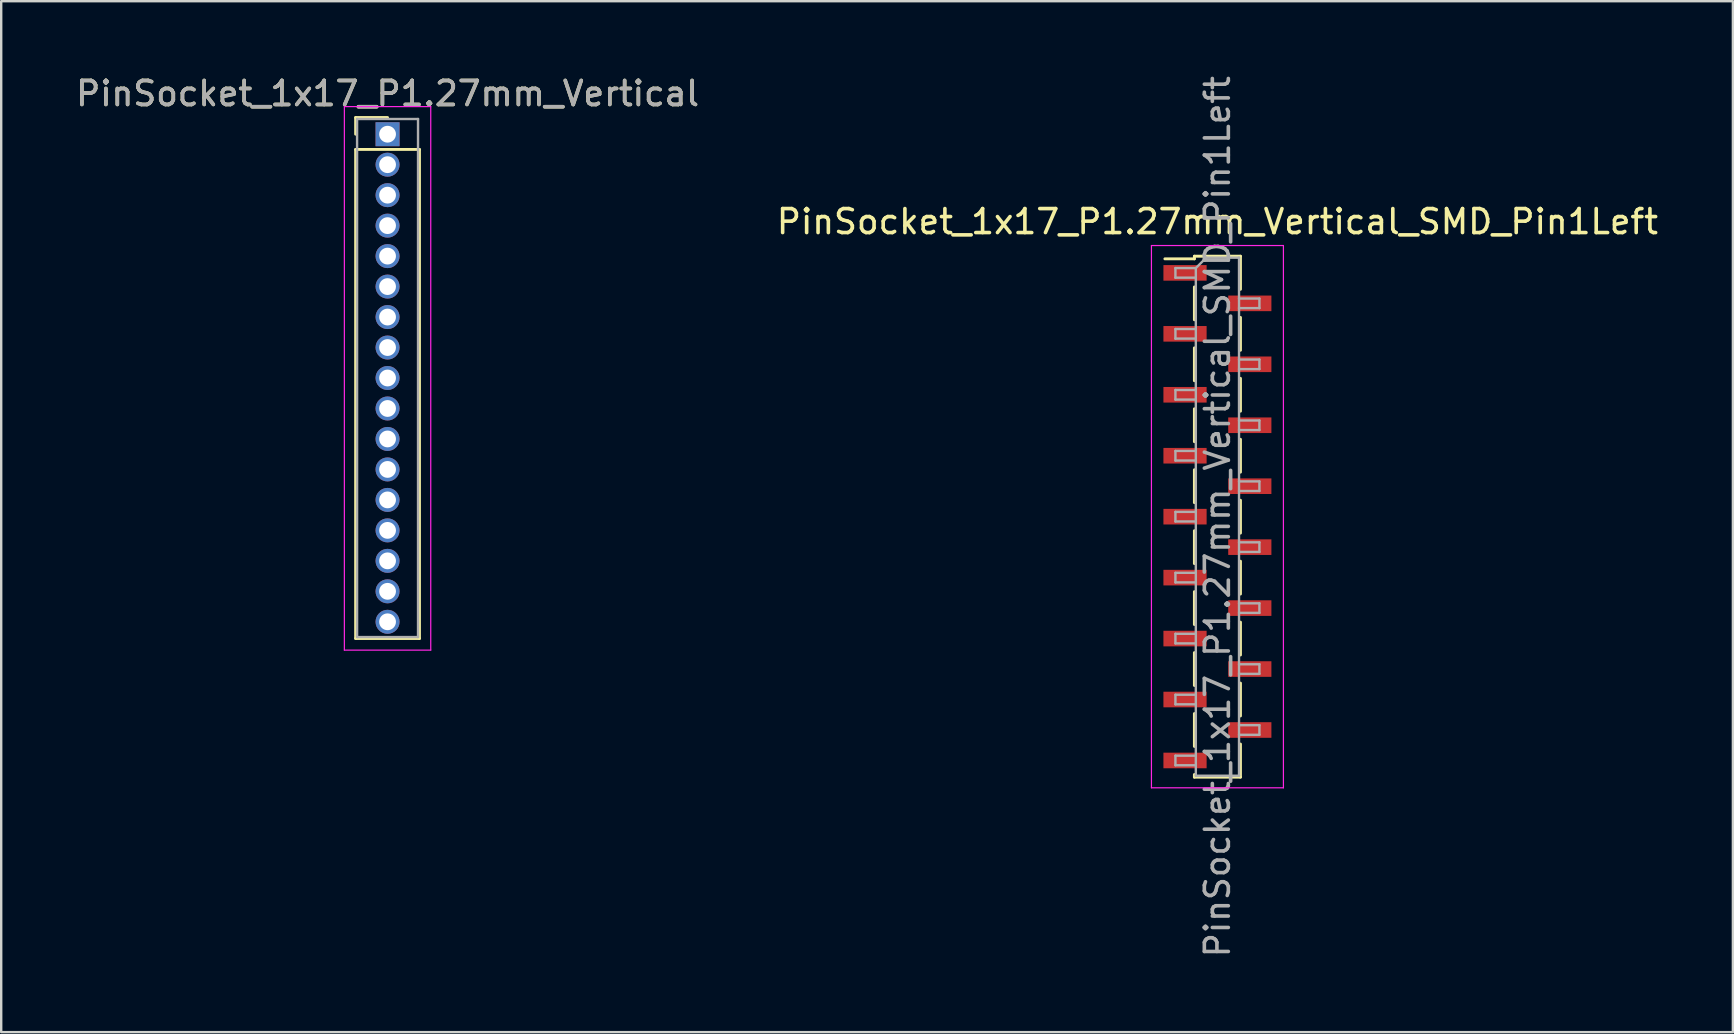
<source format=kicad_pcb>
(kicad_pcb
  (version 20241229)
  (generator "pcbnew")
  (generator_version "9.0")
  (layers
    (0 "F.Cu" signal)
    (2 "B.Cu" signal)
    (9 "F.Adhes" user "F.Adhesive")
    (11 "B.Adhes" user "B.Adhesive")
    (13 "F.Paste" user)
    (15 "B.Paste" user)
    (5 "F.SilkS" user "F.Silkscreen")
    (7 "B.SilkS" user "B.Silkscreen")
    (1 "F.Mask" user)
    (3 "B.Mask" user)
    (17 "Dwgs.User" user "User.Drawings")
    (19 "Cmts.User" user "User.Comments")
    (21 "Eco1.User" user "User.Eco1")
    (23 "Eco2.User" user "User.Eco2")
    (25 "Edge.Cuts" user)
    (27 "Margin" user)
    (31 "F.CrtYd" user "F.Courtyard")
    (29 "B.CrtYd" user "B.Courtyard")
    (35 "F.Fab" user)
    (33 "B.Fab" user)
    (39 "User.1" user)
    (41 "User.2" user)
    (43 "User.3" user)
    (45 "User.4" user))
  (footprint "PinSocket_1x17_P1.27mm_Vertical"
    (layer "F.Cu")
    (at 13.101 2.543)
    (property "Reference" "PinSocket_1x17_P1.27mm_Vertical" (at 0 -1.695 0) (layer "F.SilkS") (effects (font (size 1 1) (thickness 0.15))))
    (attr through_hole)
    (fp_line (start -1.33 -0.695) (end 0 -0.695) (stroke (width 0.12) (type solid)) (layer "F.SilkS"))
    (fp_line (start -1.33 0) (end -1.33 -0.695) (stroke (width 0.12) (type solid)) (layer "F.SilkS"))
    (fp_line (start -1.33 0.635) (end -1.33 21.015) (stroke (width 0.12) (type solid)) (layer "F.SilkS"))
    (fp_line (start -1.33 21.015) (end 1.33 21.015) (stroke (width 0.12) (type solid)) (layer "F.SilkS"))
    (fp_line (start 1.33 0.635) (end -1.33 0.635) (stroke (width 0.12) (type solid)) (layer "F.SilkS"))
    (fp_line (start 1.33 21.015) (end 1.33 0.635) (stroke (width 0.12) (type solid)) (layer "F.SilkS"))
    (fp_line (start -1.8 -1.15) (end -1.8 21.5) (stroke (width 0.05) (type solid)) (layer "F.CrtYd"))
    (fp_line (start -1.8 21.5) (end 1.8 21.5) (stroke (width 0.05) (type solid)) (layer "F.CrtYd"))
    (fp_line (start 1.8 -1.15) (end -1.8 -1.15) (stroke (width 0.05) (type solid)) (layer "F.CrtYd"))
    (fp_line (start 1.8 21.5) (end 1.8 -1.15) (stroke (width 0.05) (type solid)) (layer "F.CrtYd"))
    (fp_line (start -1.27 -0.635) (end -1.27 20.955) (stroke (width 0.1) (type solid)) (layer "F.Fab"))
    (fp_line (start -1.27 20.955) (end 1.27 20.955) (stroke (width 0.1) (type solid)) (layer "F.Fab"))
    (fp_line (start 1.27 -0.635) (end -1.27 -0.635) (stroke (width 0.1) (type solid)) (layer "F.Fab"))
    (fp_line (start 1.27 20.955) (end 1.27 -0.635) (stroke (width 0.1) (type solid)) (layer "F.Fab"))
    (fp_text user "${REFERENCE}" (at 0 -1.695 0) (layer "F.Fab") (effects (font (size 1 1) (thickness 0.15))))
    (pad "1" thru_hole rect (at 0 0) (size 1 1) (drill 0.7) (layers "*.Cu" "*.Mask"))
    (pad "2" thru_hole oval (at 0 1.27) (size 1 1) (drill 0.7) (layers "*.Cu" "*.Mask"))
    (pad "3" thru_hole oval (at 0 2.54) (size 1 1) (drill 0.7) (layers "*.Cu" "*.Mask"))
    (pad "4" thru_hole oval (at 0 3.81) (size 1 1) (drill 0.7) (layers "*.Cu" "*.Mask"))
    (pad "5" thru_hole oval (at 0 5.08) (size 1 1) (drill 0.7) (layers "*.Cu" "*.Mask"))
    (pad "6" thru_hole oval (at 0 6.35) (size 1 1) (drill 0.7) (layers "*.Cu" "*.Mask"))
    (pad "7" thru_hole oval (at 0 7.62) (size 1 1) (drill 0.7) (layers "*.Cu" "*.Mask"))
    (pad "8" thru_hole oval (at 0 8.89) (size 1 1) (drill 0.7) (layers "*.Cu" "*.Mask"))
    (pad "9" thru_hole oval (at 0 10.16) (size 1 1) (drill 0.7) (layers "*.Cu" "*.Mask"))
    (pad "10" thru_hole oval (at 0 11.43) (size 1 1) (drill 0.7) (layers "*.Cu" "*.Mask"))
    (pad "11" thru_hole oval (at 0 12.7) (size 1 1) (drill 0.7) (layers "*.Cu" "*.Mask"))
    (pad "12" thru_hole oval (at 0 13.97) (size 1 1) (drill 0.7) (layers "*.Cu" "*.Mask"))
    (pad "13" thru_hole oval (at 0 15.24) (size 1 1) (drill 0.7) (layers "*.Cu" "*.Mask"))
    (pad "14" thru_hole oval (at 0 16.51) (size 1 1) (drill 0.7) (layers "*.Cu" "*.Mask"))
    (pad "15" thru_hole oval (at 0 17.78) (size 1 1) (drill 0.7) (layers "*.Cu" "*.Mask"))
    (pad "16" thru_hole oval (at 0 19.05) (size 1 1) (drill 0.7) (layers "*.Cu" "*.Mask"))
    (pad "17" thru_hole oval (at 0 20.32) (size 1 1) (drill 0.7) (layers "*.Cu" "*.Mask")))
  (footprint "PinSocket_1x17_P1.27mm_Vertical_SMD_Pin1Left"
    (layer "F.Cu")
    (at 47.685 18.482)
    (property "Reference" "PinSocket_1x17_P1.27mm_Vertical_SMD_Pin1Left" (at 0 -12.295 0) (layer "F.SilkS") (effects (font (size 1 1) (thickness 0.15))))
    (attr smd)
    (fp_line (start -2.19 -10.745) (end -0.96 -10.745) (stroke (width 0.12) (type solid)) (layer "F.SilkS"))
    (fp_line (start -0.96 -10.855) (end -0.96 -10.745) (stroke (width 0.12) (type solid)) (layer "F.SilkS"))
    (fp_line (start -0.96 -10.855) (end 0.96 -10.855) (stroke (width 0.12) (type solid)) (layer "F.SilkS"))
    (fp_line (start -0.96 -9.575) (end -0.96 -8.205) (stroke (width 0.12) (type solid)) (layer "F.SilkS"))
    (fp_line (start -0.96 -7.035) (end -0.96 -5.665) (stroke (width 0.12) (type solid)) (layer "F.SilkS"))
    (fp_line (start -0.96 -4.495) (end -0.96 -3.125) (stroke (width 0.12) (type solid)) (layer "F.SilkS"))
    (fp_line (start -0.96 -1.955) (end -0.96 -0.585) (stroke (width 0.12) (type solid)) (layer "F.SilkS"))
    (fp_line (start -0.96 0.585) (end -0.96 1.955) (stroke (width 0.12) (type solid)) (layer "F.SilkS"))
    (fp_line (start -0.96 3.125) (end -0.96 4.495) (stroke (width 0.12) (type solid)) (layer "F.SilkS"))
    (fp_line (start -0.96 5.665) (end -0.96 7.035) (stroke (width 0.12) (type solid)) (layer "F.SilkS"))
    (fp_line (start -0.96 8.205) (end -0.96 9.575) (stroke (width 0.12) (type solid)) (layer "F.SilkS"))
    (fp_line (start -0.96 10.745) (end -0.96 10.855) (stroke (width 0.12) (type solid)) (layer "F.SilkS"))
    (fp_line (start -0.96 10.855) (end 0.96 10.855) (stroke (width 0.12) (type solid)) (layer "F.SilkS"))
    (fp_line (start 0.96 -10.855) (end 0.96 -9.475) (stroke (width 0.12) (type solid)) (layer "F.SilkS"))
    (fp_line (start 0.96 -8.305) (end 0.96 -6.935) (stroke (width 0.12) (type solid)) (layer "F.SilkS"))
    (fp_line (start 0.96 -5.765) (end 0.96 -4.395) (stroke (width 0.12) (type solid)) (layer "F.SilkS"))
    (fp_line (start 0.96 -3.225) (end 0.96 -1.855) (stroke (width 0.12) (type solid)) (layer "F.SilkS"))
    (fp_line (start 0.96 -0.685) (end 0.96 0.685) (stroke (width 0.12) (type solid)) (layer "F.SilkS"))
    (fp_line (start 0.96 1.855) (end 0.96 3.225) (stroke (width 0.12) (type solid)) (layer "F.SilkS"))
    (fp_line (start 0.96 4.395) (end 0.96 5.765) (stroke (width 0.12) (type solid)) (layer "F.SilkS"))
    (fp_line (start 0.96 6.935) (end 0.96 8.305) (stroke (width 0.12) (type solid)) (layer "F.SilkS"))
    (fp_line (start 0.96 9.475) (end 0.96 10.855) (stroke (width 0.12) (type solid)) (layer "F.SilkS"))
    (fp_line (start -2.75 -11.3) (end 2.75 -11.3) (stroke (width 0.05) (type solid)) (layer "F.CrtYd"))
    (fp_line (start -2.75 11.3) (end -2.75 -11.3) (stroke (width 0.05) (type solid)) (layer "F.CrtYd"))
    (fp_line (start 2.75 -11.3) (end 2.75 11.3) (stroke (width 0.05) (type solid)) (layer "F.CrtYd"))
    (fp_line (start 2.75 11.3) (end -2.75 11.3) (stroke (width 0.05) (type solid)) (layer "F.CrtYd"))
    (fp_line (start -1.75 -10.36) (end -0.9 -10.36) (stroke (width 0.1) (type solid)) (layer "F.Fab"))
    (fp_line (start -1.75 -9.96) (end -1.75 -10.36) (stroke (width 0.1) (type solid)) (layer "F.Fab"))
    (fp_line (start -1.75 -7.82) (end -0.9 -7.82) (stroke (width 0.1) (type solid)) (layer "F.Fab"))
    (fp_line (start -1.75 -7.42) (end -1.75 -7.82) (stroke (width 0.1) (type solid)) (layer "F.Fab"))
    (fp_line (start -1.75 -5.28) (end -0.9 -5.28) (stroke (width 0.1) (type solid)) (layer "F.Fab"))
    (fp_line (start -1.75 -4.88) (end -1.75 -5.28) (stroke (width 0.1) (type solid)) (layer "F.Fab"))
    (fp_line (start -1.75 -2.74) (end -0.9 -2.74) (stroke (width 0.1) (type solid)) (layer "F.Fab"))
    (fp_line (start -1.75 -2.34) (end -1.75 -2.74) (stroke (width 0.1) (type solid)) (layer "F.Fab"))
    (fp_line (start -1.75 -0.2) (end -0.9 -0.2) (stroke (width 0.1) (type solid)) (layer "F.Fab"))
    (fp_line (start -1.75 0.2) (end -1.75 -0.2) (stroke (width 0.1) (type solid)) (layer "F.Fab"))
    (fp_line (start -1.75 2.34) (end -0.9 2.34) (stroke (width 0.1) (type solid)) (layer "F.Fab"))
    (fp_line (start -1.75 2.74) (end -1.75 2.34) (stroke (width 0.1) (type solid)) (layer "F.Fab"))
    (fp_line (start -1.75 4.88) (end -0.9 4.88) (stroke (width 0.1) (type solid)) (layer "F.Fab"))
    (fp_line (start -1.75 5.28) (end -1.75 4.88) (stroke (width 0.1) (type solid)) (layer "F.Fab"))
    (fp_line (start -1.75 7.42) (end -0.9 7.42) (stroke (width 0.1) (type solid)) (layer "F.Fab"))
    (fp_line (start -1.75 7.82) (end -1.75 7.42) (stroke (width 0.1) (type solid)) (layer "F.Fab"))
    (fp_line (start -1.75 9.96) (end -0.9 9.96) (stroke (width 0.1) (type solid)) (layer "F.Fab"))
    (fp_line (start -1.75 10.36) (end -1.75 9.96) (stroke (width 0.1) (type solid)) (layer "F.Fab"))
    (fp_line (start -0.9 -10.36) (end -0.465 -10.795) (stroke (width 0.1) (type solid)) (layer "F.Fab"))
    (fp_line (start -0.9 -9.96) (end -1.75 -9.96) (stroke (width 0.1) (type solid)) (layer "F.Fab"))
    (fp_line (start -0.9 -7.42) (end -1.75 -7.42) (stroke (width 0.1) (type solid)) (layer "F.Fab"))
    (fp_line (start -0.9 -4.88) (end -1.75 -4.88) (stroke (width 0.1) (type solid)) (layer "F.Fab"))
    (fp_line (start -0.9 -2.34) (end -1.75 -2.34) (stroke (width 0.1) (type solid)) (layer "F.Fab"))
    (fp_line (start -0.9 0.2) (end -1.75 0.2) (stroke (width 0.1) (type solid)) (layer "F.Fab"))
    (fp_line (start -0.9 2.74) (end -1.75 2.74) (stroke (width 0.1) (type solid)) (layer "F.Fab"))
    (fp_line (start -0.9 5.28) (end -1.75 5.28) (stroke (width 0.1) (type solid)) (layer "F.Fab"))
    (fp_line (start -0.9 7.82) (end -1.75 7.82) (stroke (width 0.1) (type solid)) (layer "F.Fab"))
    (fp_line (start -0.9 10.36) (end -1.75 10.36) (stroke (width 0.1) (type solid)) (layer "F.Fab"))
    (fp_line (start -0.9 10.795) (end -0.9 -10.36) (stroke (width 0.1) (type solid)) (layer "F.Fab"))
    (fp_line (start -0.465 -10.795) (end 0.9 -10.795) (stroke (width 0.1) (type solid)) (layer "F.Fab"))
    (fp_line (start 0.9 -10.795) (end 0.9 10.795) (stroke (width 0.1) (type solid)) (layer "F.Fab"))
    (fp_line (start 0.9 -9.09) (end 1.75 -9.09) (stroke (width 0.1) (type solid)) (layer "F.Fab"))
    (fp_line (start 0.9 -6.55) (end 1.75 -6.55) (stroke (width 0.1) (type solid)) (layer "F.Fab"))
    (fp_line (start 0.9 -4.01) (end 1.75 -4.01) (stroke (width 0.1) (type solid)) (layer "F.Fab"))
    (fp_line (start 0.9 -1.47) (end 1.75 -1.47) (stroke (width 0.1) (type solid)) (layer "F.Fab"))
    (fp_line (start 0.9 1.07) (end 1.75 1.07) (stroke (width 0.1) (type solid)) (layer "F.Fab"))
    (fp_line (start 0.9 3.61) (end 1.75 3.61) (stroke (width 0.1) (type solid)) (layer "F.Fab"))
    (fp_line (start 0.9 6.15) (end 1.75 6.15) (stroke (width 0.1) (type solid)) (layer "F.Fab"))
    (fp_line (start 0.9 8.69) (end 1.75 8.69) (stroke (width 0.1) (type solid)) (layer "F.Fab"))
    (fp_line (start 0.9 10.795) (end -0.9 10.795) (stroke (width 0.1) (type solid)) (layer "F.Fab"))
    (fp_line (start 1.75 -9.09) (end 1.75 -8.69) (stroke (width 0.1) (type solid)) (layer "F.Fab"))
    (fp_line (start 1.75 -8.69) (end 0.9 -8.69) (stroke (width 0.1) (type solid)) (layer "F.Fab"))
    (fp_line (start 1.75 -6.55) (end 1.75 -6.15) (stroke (width 0.1) (type solid)) (layer "F.Fab"))
    (fp_line (start 1.75 -6.15) (end 0.9 -6.15) (stroke (width 0.1) (type solid)) (layer "F.Fab"))
    (fp_line (start 1.75 -4.01) (end 1.75 -3.61) (stroke (width 0.1) (type solid)) (layer "F.Fab"))
    (fp_line (start 1.75 -3.61) (end 0.9 -3.61) (stroke (width 0.1) (type solid)) (layer "F.Fab"))
    (fp_line (start 1.75 -1.47) (end 1.75 -1.07) (stroke (width 0.1) (type solid)) (layer "F.Fab"))
    (fp_line (start 1.75 -1.07) (end 0.9 -1.07) (stroke (width 0.1) (type solid)) (layer "F.Fab"))
    (fp_line (start 1.75 1.07) (end 1.75 1.47) (stroke (width 0.1) (type solid)) (layer "F.Fab"))
    (fp_line (start 1.75 1.47) (end 0.9 1.47) (stroke (width 0.1) (type solid)) (layer "F.Fab"))
    (fp_line (start 1.75 3.61) (end 1.75 4.01) (stroke (width 0.1) (type solid)) (layer "F.Fab"))
    (fp_line (start 1.75 4.01) (end 0.9 4.01) (stroke (width 0.1) (type solid)) (layer "F.Fab"))
    (fp_line (start 1.75 6.15) (end 1.75 6.55) (stroke (width 0.1) (type solid)) (layer "F.Fab"))
    (fp_line (start 1.75 6.55) (end 0.9 6.55) (stroke (width 0.1) (type solid)) (layer "F.Fab"))
    (fp_line (start 1.75 8.69) (end 1.75 9.09) (stroke (width 0.1) (type solid)) (layer "F.Fab"))
    (fp_line (start 1.75 9.09) (end 0.9 9.09) (stroke (width 0.1) (type solid)) (layer "F.Fab"))
    (fp_text user "${REFERENCE}" (at 0 0 90) (layer "F.Fab") (effects (font (size 1 1) (thickness 0.15))))
    (pad "1" smd rect (at -1.35 -10.16) (size 1.8 0.65) (layers "F.Cu" "F.Mask" "F.Paste"))
    (pad "2" smd rect (at 1.35 -8.89) (size 1.8 0.65) (layers "F.Cu" "F.Mask" "F.Paste"))
    (pad "3" smd rect (at -1.35 -7.62) (size 1.8 0.65) (layers "F.Cu" "F.Mask" "F.Paste"))
    (pad "4" smd rect (at 1.35 -6.35) (size 1.8 0.65) (layers "F.Cu" "F.Mask" "F.Paste"))
    (pad "5" smd rect (at -1.35 -5.08) (size 1.8 0.65) (layers "F.Cu" "F.Mask" "F.Paste"))
    (pad "6" smd rect (at 1.35 -3.81) (size 1.8 0.65) (layers "F.Cu" "F.Mask" "F.Paste"))
    (pad "7" smd rect (at -1.35 -2.54) (size 1.8 0.65) (layers "F.Cu" "F.Mask" "F.Paste"))
    (pad "8" smd rect (at 1.35 -1.27) (size 1.8 0.65) (layers "F.Cu" "F.Mask" "F.Paste"))
    (pad "9" smd rect (at -1.35 0) (size 1.8 0.65) (layers "F.Cu" "F.Mask" "F.Paste"))
    (pad "10" smd rect (at 1.35 1.27) (size 1.8 0.65) (layers "F.Cu" "F.Mask" "F.Paste"))
    (pad "11" smd rect (at -1.35 2.54) (size 1.8 0.65) (layers "F.Cu" "F.Mask" "F.Paste"))
    (pad "12" smd rect (at 1.35 3.81) (size 1.8 0.65) (layers "F.Cu" "F.Mask" "F.Paste"))
    (pad "13" smd rect (at -1.35 5.08) (size 1.8 0.65) (layers "F.Cu" "F.Mask" "F.Paste"))
    (pad "14" smd rect (at 1.35 6.35) (size 1.8 0.65) (layers "F.Cu" "F.Mask" "F.Paste"))
    (pad "15" smd rect (at -1.35 7.62) (size 1.8 0.65) (layers "F.Cu" "F.Mask" "F.Paste"))
    (pad "16" smd rect (at 1.35 8.89) (size 1.8 0.65) (layers "F.Cu" "F.Mask" "F.Paste"))
    (pad "17" smd rect (at -1.35 10.16) (size 1.8 0.65) (layers "F.Cu" "F.Mask" "F.Paste")))
  (gr_rect
    (start -3 -3)
    (end 69.167 39.964)
    (stroke (width 0.1) (type default))
    (fill no)
    (layer "Edge.Cuts")))
</source>
